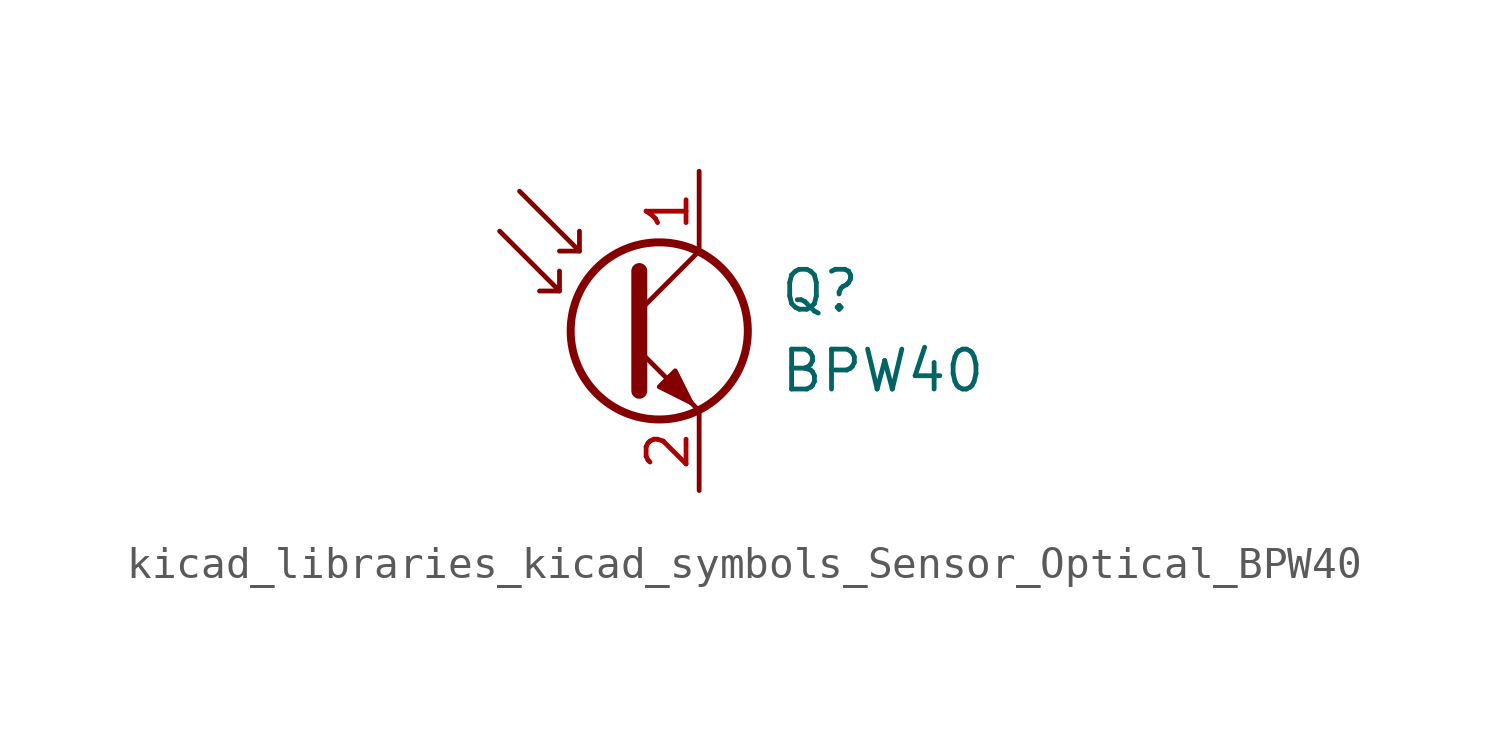
<source format=kicad_sym>
(kicad_symbol_lib
  (version 20220914)
  (generator kicad_symbol_editor)
  (symbol "kicad_libraries_kicad_symbols_Sensor_Optical_BPW40"
    (pin_names
      (offset 0) hide)
    (property "Reference" "Q"
      (at 5.08 1.27 0)
      (effects (font (size 1.27 1.27)) (justify left)))
    (property "Value" "BPW40"
      (at 5.08 -1.27 0)
      (effects (font (size 1.27 1.27)) (justify left)))
    (symbol "kicad_libraries_kicad_symbols_Sensor_Optical_BPW40_0_1"
      (polyline (pts (xy -1.905 1.27) (xy -2.54 1.27)) (stroke (width 0) (type default)) (fill (type none)))
      (polyline (pts (xy -1.27 2.54) (xy -1.905 2.54)) (stroke (width 0) (type default)) (fill (type none)))
      (polyline (pts (xy 0.635 0.635) (xy 2.54 2.54)) (stroke (width 0) (type default)) (fill (type none)))
      (polyline (pts (xy -3.81 3.175) (xy -1.905 1.27) (xy -1.905 1.905)) (stroke (width 0) (type default)) (fill (type none)))
      (polyline (pts (xy -3.175 4.445) (xy -1.27 2.54) (xy -1.27 3.175)) (stroke (width 0) (type default)) (fill (type none)))
      (polyline (pts (xy 0.635 -0.635) (xy 2.54 -2.54) (xy 2.54 -2.54)) (stroke (width 0) (type default)) (fill (type none)))
      (polyline (pts (xy 0.635 1.905) (xy 0.635 -1.905) (xy 0.635 -1.905)) (stroke (width 0.508) (type default)) (fill (type none)))
      (polyline (pts (xy 1.27 -1.778) (xy 1.778 -1.27) (xy 2.286 -2.286) (xy 1.27 -1.778) (xy 1.27 -1.778)) (stroke (width 0) (type default)) (fill (type outline)))
      (circle (center 1.27 0) (radius 2.819) (stroke (width 0.254) (type default)) (fill (type none))))
    (symbol "kicad_libraries_kicad_symbols_Sensor_Optical_BPW40_1_1"
      (pin passive line (at 2.54 5.08 270) (length 2.54) (name "C" (effects (font (size 1.27 1.27)))) (number "1" (effects (font (size 1.27 1.27)))))
      (pin passive line (at 2.54 -5.08 90) (length 2.54) (name "E" (effects (font (size 1.27 1.27)))) (number "2" (effects (font (size 1.27 1.27))))))))
</source>
